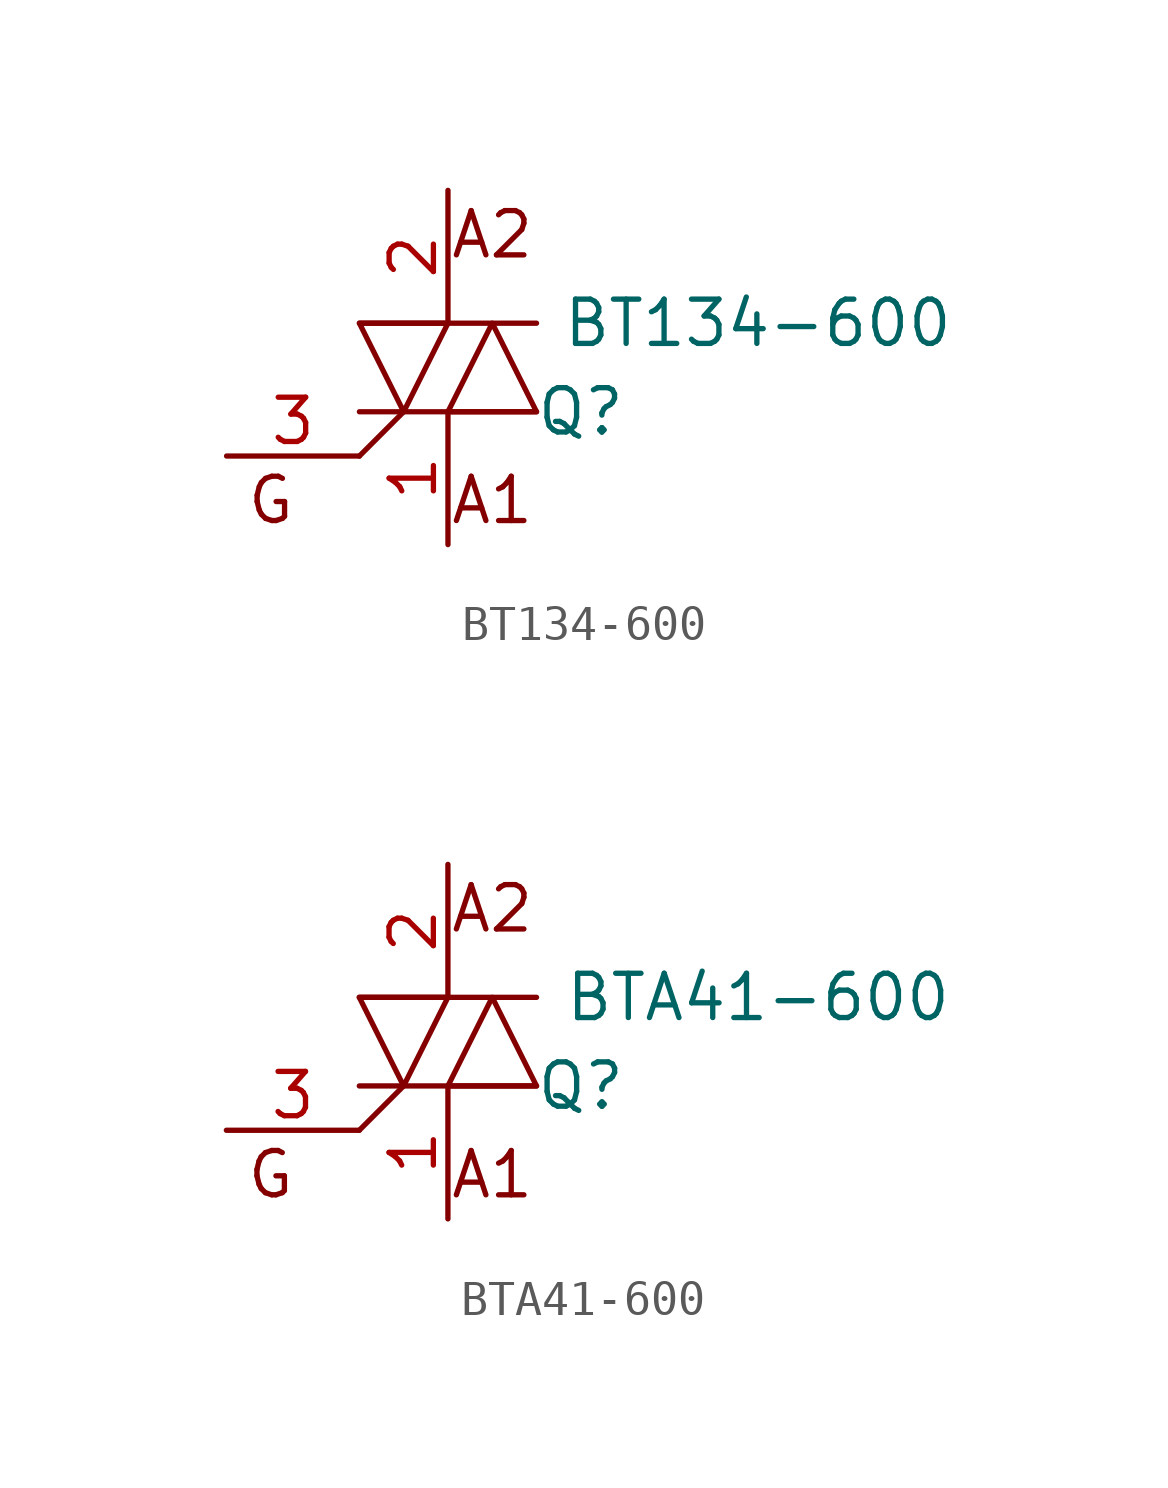
<source format=kicad_sym>
(kicad_symbol_lib
  (version 20211014)
  (generator kicad_symbol_editor)
  (symbol "BT134-600"
    (property "Reference" "Q"
      (at 3.81 -1.27 0)
      (effects (font (size 1.27 1.27))))
    (property "Value" "BT134-600"
      (at 8.89 1.27 0)
      (effects (font (size 1.27 1.27))))
    (symbol "BT134-600_0_0"
      (text "A1" (at 1.27 -3.81 0) (effects (font (size 1.27 1.27))))
      (text "A2" (at 1.27 3.81 0) (effects (font (size 1.27 1.27))))
      (text "G" (at -5.08 -3.81 0) (effects (font (size 1.27 1.27)))))
    (symbol "BT134-600_0_1"
      (polyline (pts (xy -2.54 -2.54) (xy -1.27 -1.27)) (stroke (width 0) (type default) (color 0 0 0 0)) (fill (type none)))
      (polyline (pts (xy -2.54 -1.27) (xy 2.54 -1.27)) (stroke (width 0) (type default) (color 0 0 0 0)) (fill (type none)))
      (polyline (pts (xy -2.54 1.27) (xy 2.54 1.27)) (stroke (width 0) (type default) (color 0 0 0 0)) (fill (type none)))
      (polyline (pts (xy -1.27 -1.27) (xy -2.54 1.27) (xy 0 1.27) (xy -1.27 -1.27)) (stroke (width 0) (type default) (color 0 0 0 0)) (fill (type none)))
      (polyline (pts (xy 0 -1.27) (xy 1.27 1.27) (xy 2.54 -1.27) (xy 0 -1.27)) (stroke (width 0) (type default) (color 0 0 0 0)) (fill (type none))))
    (symbol "BT134-600_1_1"
      (pin passive line (at 0 -5.08 90) (length 3.81) (name "" (effects (font (size 1.27 1.27)))) (number "1" (effects (font (size 1.27 1.27)))))
      (pin passive line (at 0 5.08 270) (length 3.81) (name "" (effects (font (size 1.27 1.27)))) (number "2" (effects (font (size 1.27 1.27)))))
      (pin input line (at -6.35 -2.54 0) (length 3.81) (name "" (effects (font (size 1.27 1.27)))) (number "3" (effects (font (size 1.27 1.27)))))))
  (symbol "BTA41-600"
    (property "Reference" "Q"
      (at 3.81 -1.27 0)
      (effects (font (size 1.27 1.27))))
    (property "Value" "BTA41-600"
      (at 8.89 1.27 0)
      (effects (font (size 1.27 1.27))))
    (symbol "BTA41-600_0_0"
      (text "A1" (at 1.27 -3.81 0) (effects (font (size 1.27 1.27))))
      (text "A2" (at 1.27 3.81 0) (effects (font (size 1.27 1.27))))
      (text "G" (at -5.08 -3.81 0) (effects (font (size 1.27 1.27)))))
    (symbol "BTA41-600_0_1"
      (polyline (pts (xy -2.54 -2.54) (xy -1.27 -1.27)) (stroke (width 0) (type default) (color 0 0 0 0)) (fill (type none)))
      (polyline (pts (xy -2.54 -1.27) (xy 2.54 -1.27)) (stroke (width 0) (type default) (color 0 0 0 0)) (fill (type none)))
      (polyline (pts (xy -2.54 1.27) (xy 2.54 1.27)) (stroke (width 0) (type default) (color 0 0 0 0)) (fill (type none)))
      (polyline (pts (xy -1.27 -1.27) (xy -2.54 1.27) (xy 0 1.27) (xy -1.27 -1.27)) (stroke (width 0) (type default) (color 0 0 0 0)) (fill (type none)))
      (polyline (pts (xy 0 -1.27) (xy 1.27 1.27) (xy 2.54 -1.27) (xy 0 -1.27)) (stroke (width 0) (type default) (color 0 0 0 0)) (fill (type none))))
    (symbol "BTA41-600_1_1"
      (pin passive line (at 0 -5.08 90) (length 3.81) (name "" (effects (font (size 1.27 1.27)))) (number "1" (effects (font (size 1.27 1.27)))))
      (pin passive line (at 0 5.08 270) (length 3.81) (name "" (effects (font (size 1.27 1.27)))) (number "2" (effects (font (size 1.27 1.27)))))
      (pin input line (at -6.35 -2.54 0) (length 3.81) (name "" (effects (font (size 1.27 1.27)))) (number "3" (effects (font (size 1.27 1.27))))))))
</source>
